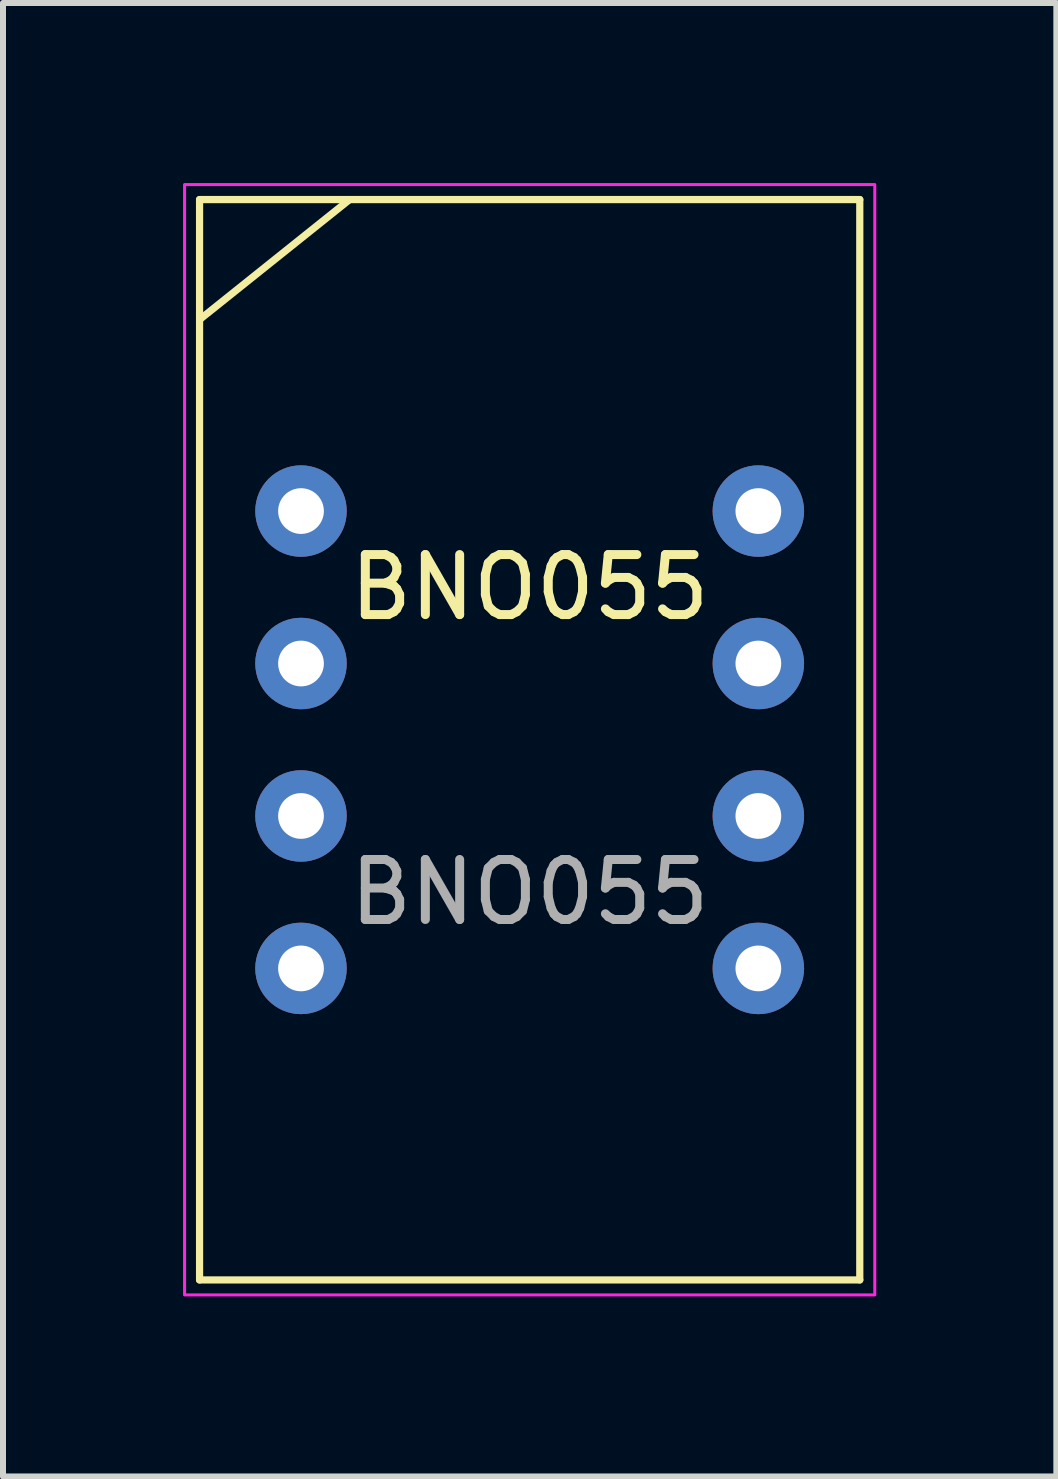
<source format=kicad_pcb>
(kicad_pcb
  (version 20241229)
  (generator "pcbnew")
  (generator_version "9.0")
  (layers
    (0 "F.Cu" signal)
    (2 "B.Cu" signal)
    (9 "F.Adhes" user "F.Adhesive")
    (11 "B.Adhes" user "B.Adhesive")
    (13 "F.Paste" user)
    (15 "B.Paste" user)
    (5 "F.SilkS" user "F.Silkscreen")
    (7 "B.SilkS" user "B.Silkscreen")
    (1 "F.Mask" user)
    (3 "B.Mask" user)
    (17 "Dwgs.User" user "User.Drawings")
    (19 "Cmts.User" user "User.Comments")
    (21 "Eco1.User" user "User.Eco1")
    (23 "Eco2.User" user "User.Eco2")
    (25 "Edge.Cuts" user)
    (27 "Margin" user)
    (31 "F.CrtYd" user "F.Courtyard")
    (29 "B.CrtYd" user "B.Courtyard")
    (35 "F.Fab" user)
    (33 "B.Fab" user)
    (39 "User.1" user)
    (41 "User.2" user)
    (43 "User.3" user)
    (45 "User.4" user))
  (footprint "BNO055"
    (layer "F.Cu")
    (at 5.775 9.275)
    (property "Reference" "BNO055" (at 0 -2.54 0) (unlocked yes) (layer "F.SilkS") (effects (font (size 1 1) (thickness 0.15))))
    (attr through_hole)
    (fp_line (start -5.5 -9) (end 5.5 -9) (stroke (width 0.12) (type solid)) (layer "F.SilkS"))
    (fp_line (start -5.5 9) (end -5.5 -9) (stroke (width 0.12) (type solid)) (layer "F.SilkS"))
    (fp_line (start -3 -9) (end -5.5 -7) (stroke (width 0.12) (type solid)) (layer "F.SilkS"))
    (fp_line (start 5.5 -9) (end 5.5 9) (stroke (width 0.12) (type solid)) (layer "F.SilkS"))
    (fp_line (start 5.5 9) (end -5.5 9) (stroke (width 0.12) (type solid)) (layer "F.SilkS"))
    (fp_rect (start -5.75 -9.25) (end 5.75 9.25) (stroke (width 0.05) (type default)) (fill no) (layer "F.CrtYd"))
    (fp_text user "${REFERENCE}" (at 0 2.54 0) (unlocked yes) (layer "F.Fab") (effects (font (size 1 1) (thickness 0.15))))
    (pad "1" thru_hole circle (at -3.81 -3.81) (size 1.524 1.524) (drill 0.762) (layers "*.Cu" "*.Mask"))
    (pad "2" thru_hole circle (at -3.81 -1.27) (size 1.524 1.524) (drill 0.762) (layers "*.Cu" "*.Mask"))
    (pad "3" thru_hole circle (at -3.81 1.27) (size 1.524 1.524) (drill 0.762) (layers "*.Cu" "*.Mask"))
    (pad "4" thru_hole circle (at -3.81 3.81) (size 1.524 1.524) (drill 0.762) (layers "*.Cu" "*.Mask"))
    (pad "5" thru_hole circle (at 3.81 3.81) (size 1.524 1.524) (drill 0.762) (layers "*.Cu" "*.Mask"))
    (pad "6" thru_hole circle (at 3.81 1.27) (size 1.524 1.524) (drill 0.762) (layers "*.Cu" "*.Mask"))
    (pad "7" thru_hole circle (at 3.81 -1.27) (size 1.524 1.524) (drill 0.762) (layers "*.Cu" "*.Mask"))
    (pad "8" thru_hole circle (at 3.81 -3.81) (size 1.524 1.524) (drill 0.762) (layers "*.Cu" "*.Mask")))
  (gr_rect
    (start -3 -3)
    (end 14.55 21.55)
    (stroke (width 0.1) (type default))
    (fill no)
    (layer "Edge.Cuts")))
</source>
